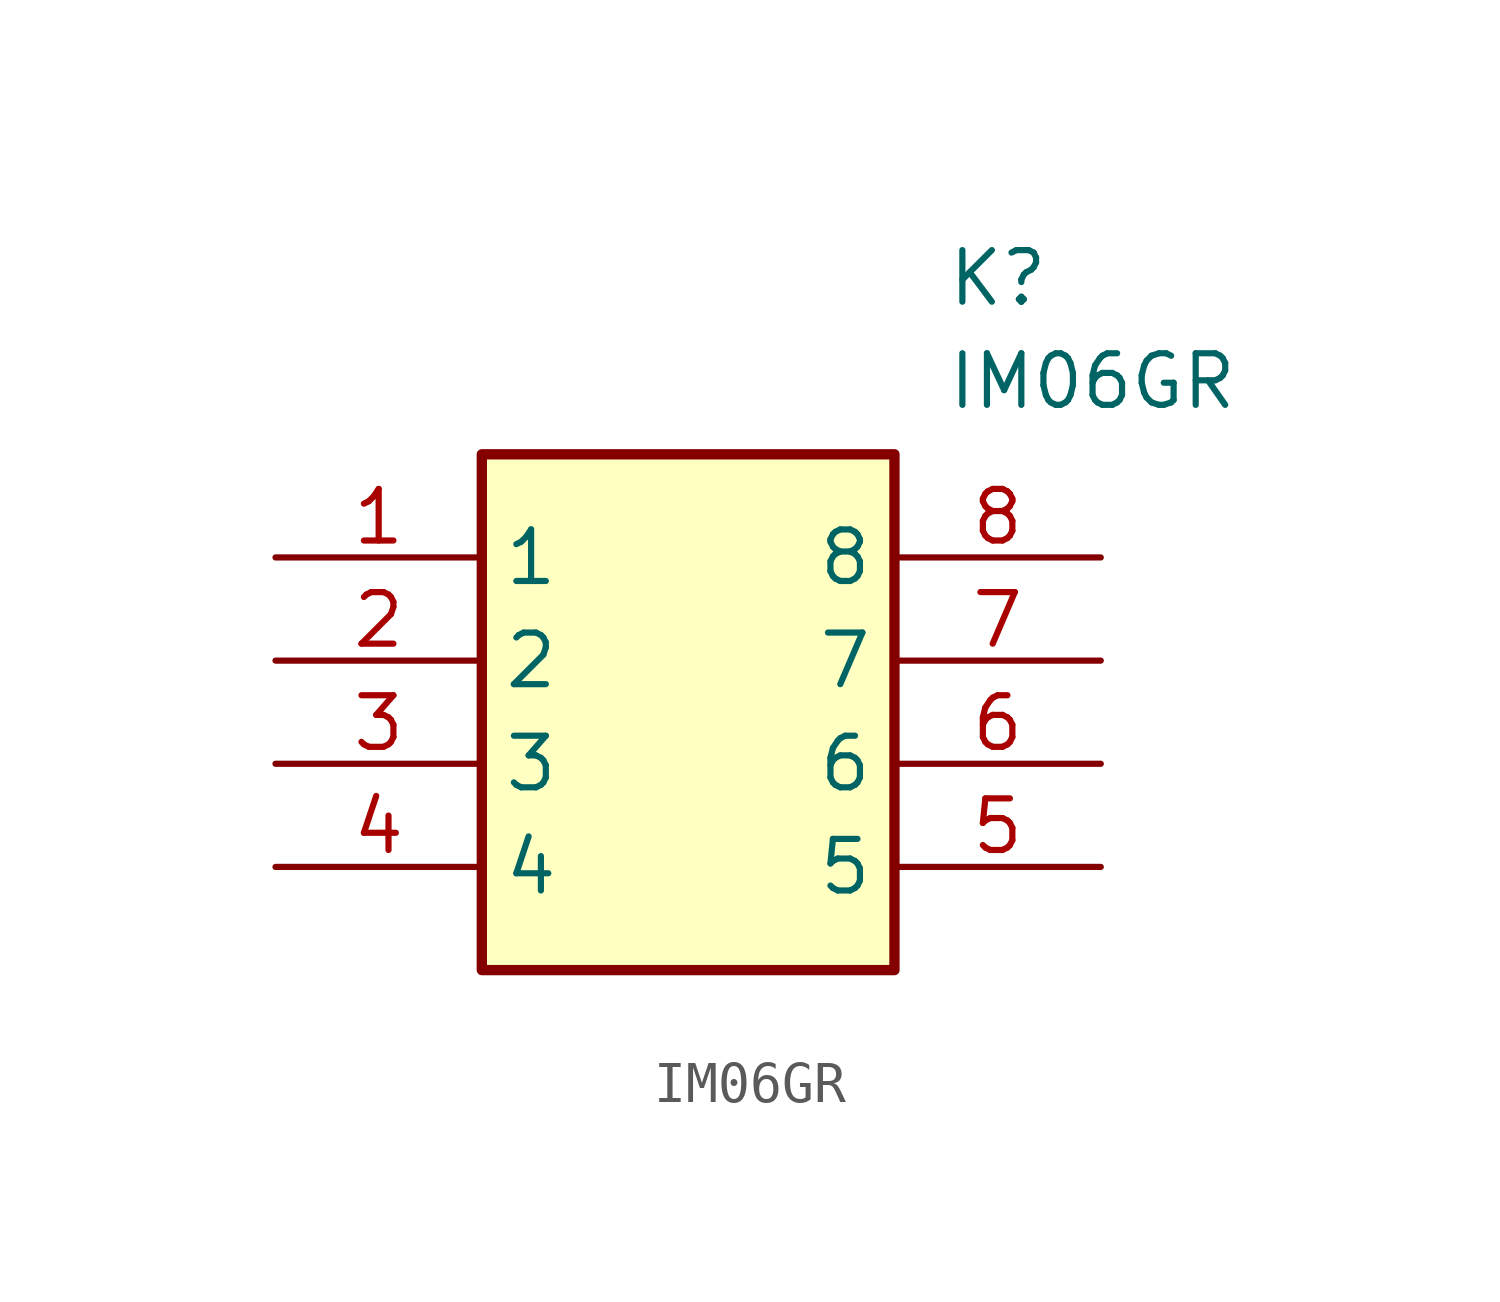
<source format=kicad_sym>
(kicad_symbol_lib
  (version 20211014)
  (generator SamacSys_ECAD_Model)
  (symbol "IM06GR"
    (property "Reference" "K"
      (at 16.51 7.62 0)
      (effects (font (size 1.27 1.27)) (justify left top)))
    (property "Value" "IM06GR"
      (at 16.51 5.08 0)
      (effects (font (size 1.27 1.27)) (justify left top)))
    (rectangle
      (start 5.08 2.54)
      (end 15.24 -10.16)
      (stroke (width 0.254) (type default))
      (fill (type background)))
    (pin passive line
      (at 0 0 0)
      (length 5.08)
      (name "1" (effects (font (size 1.27 1.27))))
      (number "1" (effects (font (size 1.27 1.27)))))
    (pin passive line
      (at 0 -2.54 0)
      (length 5.08)
      (name "2" (effects (font (size 1.27 1.27))))
      (number "2" (effects (font (size 1.27 1.27)))))
    (pin passive line
      (at 0 -5.08 0)
      (length 5.08)
      (name "3" (effects (font (size 1.27 1.27))))
      (number "3" (effects (font (size 1.27 1.27)))))
    (pin passive line
      (at 0 -7.62 0)
      (length 5.08)
      (name "4" (effects (font (size 1.27 1.27))))
      (number "4" (effects (font (size 1.27 1.27)))))
    (pin passive line
      (at 20.32 -7.62 180)
      (length 5.08)
      (name "5" (effects (font (size 1.27 1.27))))
      (number "5" (effects (font (size 1.27 1.27)))))
    (pin passive line
      (at 20.32 -5.08 180)
      (length 5.08)
      (name "6" (effects (font (size 1.27 1.27))))
      (number "6" (effects (font (size 1.27 1.27)))))
    (pin passive line
      (at 20.32 -2.54 180)
      (length 5.08)
      (name "7" (effects (font (size 1.27 1.27))))
      (number "7" (effects (font (size 1.27 1.27)))))
    (pin passive line
      (at 20.32 0 180)
      (length 5.08)
      (name "8" (effects (font (size 1.27 1.27))))
      (number "8" (effects (font (size 1.27 1.27)))))))
</source>
